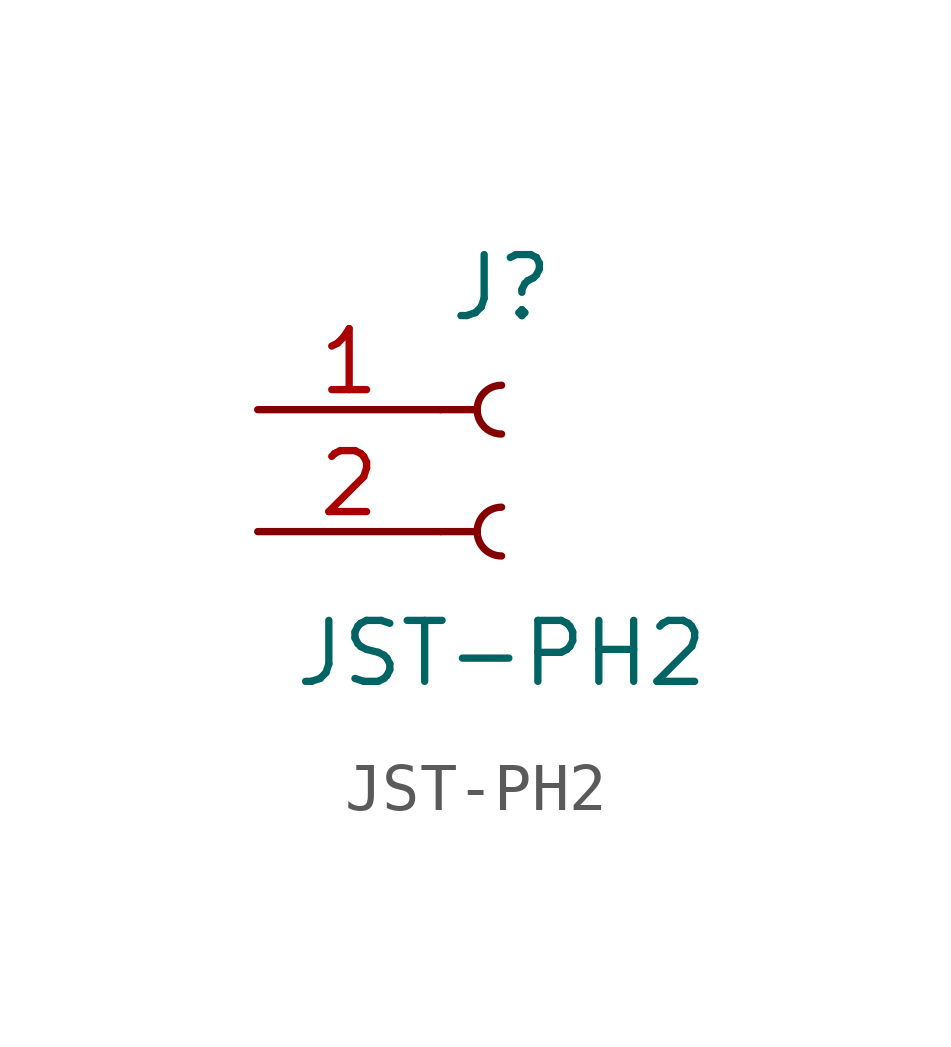
<source format=kicad_sym>
(kicad_symbol_lib
  (version 20231120)
  (generator "kicad_symbol_editor")
  (generator_version "8.0")
  (symbol "JST-PH2"
    (pin_names
      (offset 1.016) hide)
    (property "Reference" "J"
      (at 0 2.54 0)
      (effects (font (size 1.27 1.27))))
    (property "Value" "JST-PH2"
      (at 0 -5.08 0)
      (effects (font (size 1.27 1.27))))
    (property "ki_locked" ""
      (at 0 0 0)
      (effects (font (size 1.27 1.27))))
    (symbol "JST-PH2_1_1"
      (arc (start 0 -2.032) (mid -0.5058 -2.54) (end 0 -3.048) (stroke (width 0.1524) (type default)) (fill (type none)))
      (polyline (pts (xy -1.27 -2.54) (xy -0.508 -2.54)) (stroke (width 0.152) (type default)) (fill (type none)))
      (polyline (pts (xy -1.27 0) (xy -0.508 0)) (stroke (width 0.152) (type default)) (fill (type none)))
      (arc (start 0 0.508) (mid -0.5058 0) (end 0 -0.508) (stroke (width 0.1524) (type default)) (fill (type none)))
      (pin passive line (at -5.08 0 0) (length 3.81) (name "Pin_1" (effects (font (size 1.27 1.27)))) (number "1" (effects (font (size 1.27 1.27)))))
      (pin passive line (at -5.08 -2.54 0) (length 3.81) (name "Pin_2" (effects (font (size 1.27 1.27)))) (number "2" (effects (font (size 1.27 1.27))))))))
</source>
